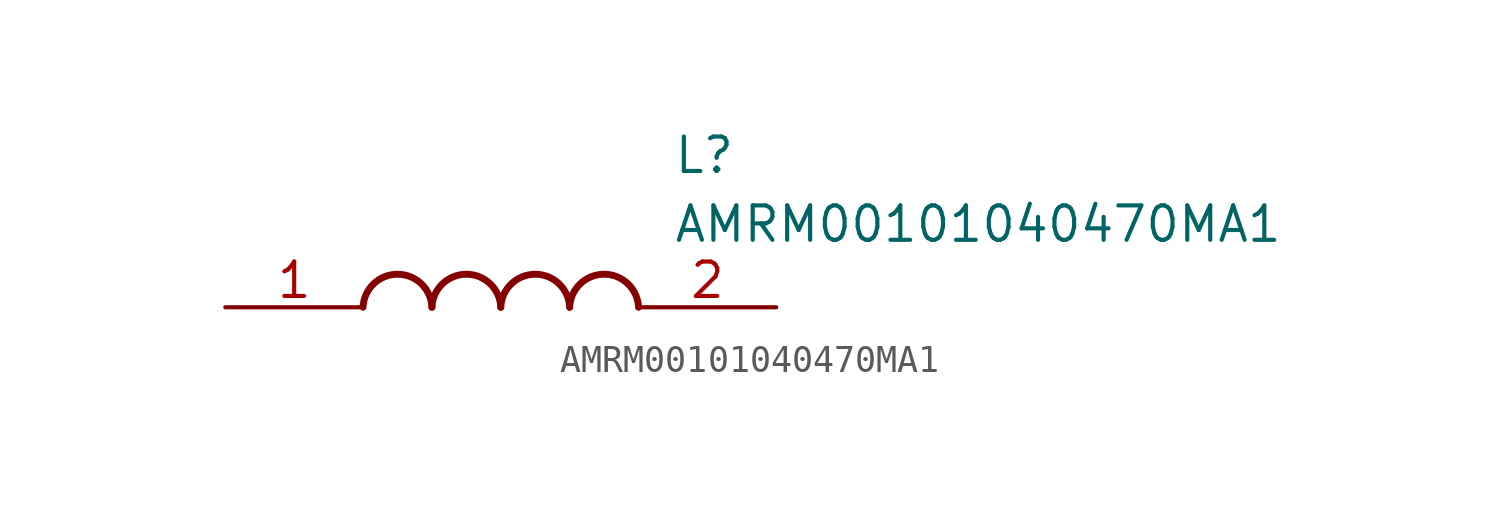
<source format=kicad_sym>
(kicad_symbol_lib
  (version 20211014)
  (generator SamacSys_ECAD_Model)
  (symbol "AMRM00101040470MA1"
    (pin_names hide)
    (property "Reference" "L"
      (at 16.51 6.35 0)
      (effects (font (size 1.27 1.27)) (justify left top)))
    (property "Value" "AMRM00101040470MA1"
      (at 16.51 3.81 0)
      (effects (font (size 1.27 1.27)) (justify left top)))
    (arc
      (start 7.62 0)
      (mid 6.35 1.219)
      (end 5.08 0)
      (stroke (width 0.254) (type default))
      (fill (type none)))
    (arc
      (start 10.16 0)
      (mid 8.89 1.219)
      (end 7.62 0)
      (stroke (width 0.254) (type default))
      (fill (type none)))
    (arc
      (start 12.7 0)
      (mid 11.43 1.219)
      (end 10.16 0)
      (stroke (width 0.254) (type default))
      (fill (type none)))
    (arc
      (start 15.24 0)
      (mid 13.97 1.219)
      (end 12.7 0)
      (stroke (width 0.254) (type default))
      (fill (type none)))
    (pin passive line
      (at 0 0 0)
      (length 5.08)
      (name "1" (effects (font (size 1.27 1.27))))
      (number "1" (effects (font (size 1.27 1.27)))))
    (pin passive line
      (at 20.32 0 180)
      (length 5.08)
      (name "2" (effects (font (size 1.27 1.27))))
      (number "2" (effects (font (size 1.27 1.27)))))))
</source>
